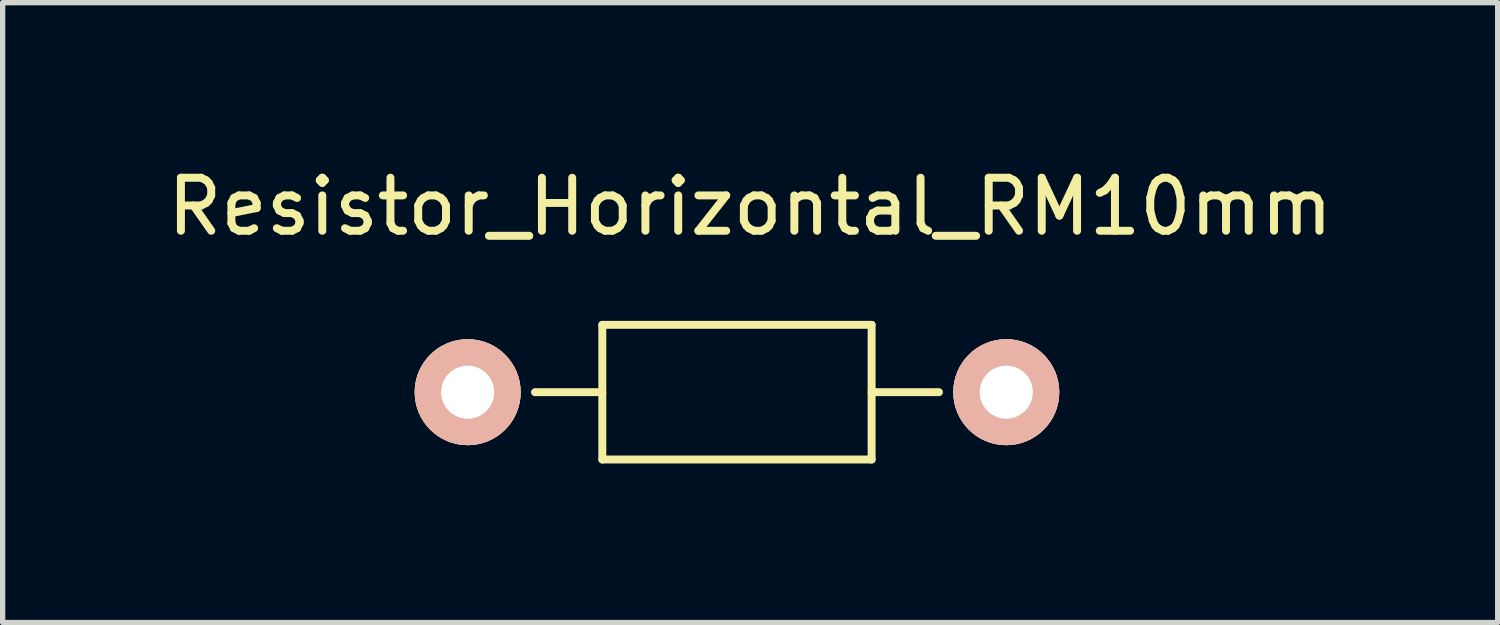
<source format=kicad_pcb>
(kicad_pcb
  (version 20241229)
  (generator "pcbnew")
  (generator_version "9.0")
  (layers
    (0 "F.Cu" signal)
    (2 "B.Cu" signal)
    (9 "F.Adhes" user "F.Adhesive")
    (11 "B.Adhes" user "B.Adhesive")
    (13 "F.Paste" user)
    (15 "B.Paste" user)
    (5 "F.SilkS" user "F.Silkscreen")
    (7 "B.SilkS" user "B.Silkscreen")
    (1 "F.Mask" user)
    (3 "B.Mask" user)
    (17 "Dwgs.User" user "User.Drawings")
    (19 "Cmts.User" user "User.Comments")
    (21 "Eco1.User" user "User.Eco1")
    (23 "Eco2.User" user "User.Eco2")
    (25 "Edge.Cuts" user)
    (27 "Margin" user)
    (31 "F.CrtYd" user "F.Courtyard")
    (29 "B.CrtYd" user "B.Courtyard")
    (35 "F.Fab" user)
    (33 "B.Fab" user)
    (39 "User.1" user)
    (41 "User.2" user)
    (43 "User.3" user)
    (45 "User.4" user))
  (footprint "Resistor_Horizontal_RM10mm"
    (layer "F.Cu")
    (at 10.852 4.348)
    (property "Reference" "Resistor_Horizontal_RM10mm" (at 0.249 -3.5 0) (layer "F.SilkS") (effects (font (size 1 1) (thickness 0.15))))
    (attr through_hole)
    (fp_line (start -2.54 -1.27) (end 2.54 -1.27) (stroke (width 0.15) (type solid)) (layer "F.SilkS"))
    (fp_line (start -2.54 0) (end -3.81 0) (stroke (width 0.15) (type solid)) (layer "F.SilkS"))
    (fp_line (start -2.54 1.27) (end -2.54 -1.27) (stroke (width 0.15) (type solid)) (layer "F.SilkS"))
    (fp_line (start 2.54 -1.27) (end 2.54 1.27) (stroke (width 0.15) (type solid)) (layer "F.SilkS"))
    (fp_line (start 2.54 0) (end 3.81 0) (stroke (width 0.15) (type solid)) (layer "F.SilkS"))
    (fp_line (start 2.54 1.27) (end -2.54 1.27) (stroke (width 0.15) (type solid)) (layer "F.SilkS"))
    (pad "1" thru_hole circle (at -5.08 0) (size 1.999 1.999) (drill 1.001) (layers "*.Cu" "*.SilkS" "*.Mask"))
    (pad "2" thru_hole circle (at 5.08 0) (size 1.999 1.999) (drill 1.001) (layers "*.Cu" "*.SilkS" "*.Mask")))
  (gr_rect
    (start -3 -3)
    (end 25.202 8.693)
    (stroke (width 0.1) (type default))
    (fill no)
    (layer "Edge.Cuts")))
</source>
